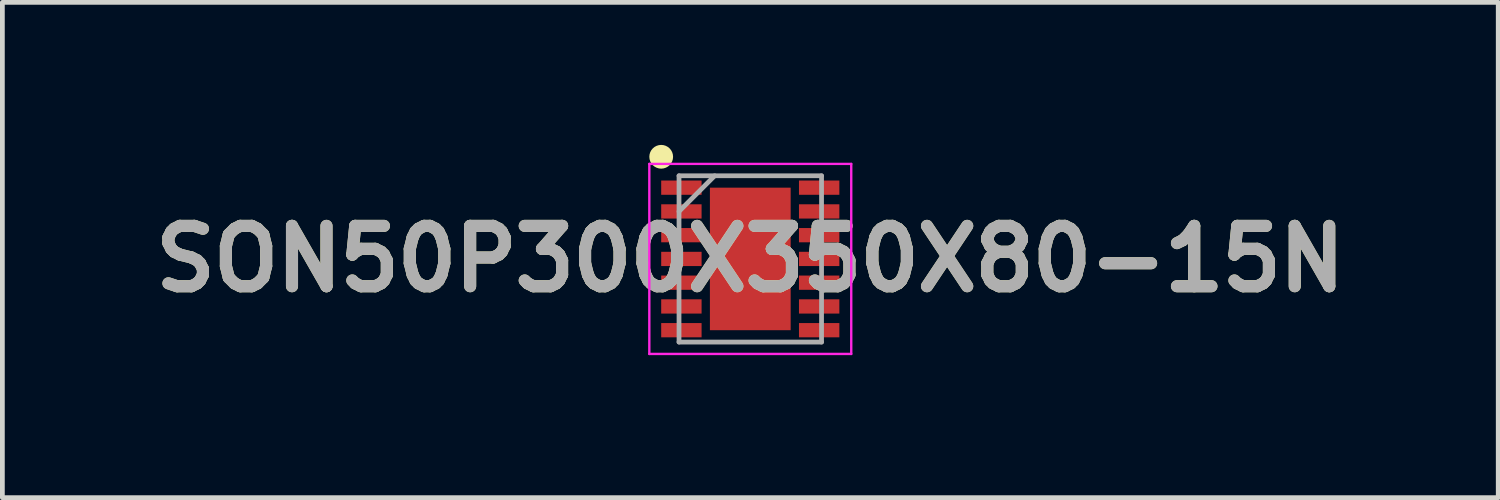
<source format=kicad_pcb>
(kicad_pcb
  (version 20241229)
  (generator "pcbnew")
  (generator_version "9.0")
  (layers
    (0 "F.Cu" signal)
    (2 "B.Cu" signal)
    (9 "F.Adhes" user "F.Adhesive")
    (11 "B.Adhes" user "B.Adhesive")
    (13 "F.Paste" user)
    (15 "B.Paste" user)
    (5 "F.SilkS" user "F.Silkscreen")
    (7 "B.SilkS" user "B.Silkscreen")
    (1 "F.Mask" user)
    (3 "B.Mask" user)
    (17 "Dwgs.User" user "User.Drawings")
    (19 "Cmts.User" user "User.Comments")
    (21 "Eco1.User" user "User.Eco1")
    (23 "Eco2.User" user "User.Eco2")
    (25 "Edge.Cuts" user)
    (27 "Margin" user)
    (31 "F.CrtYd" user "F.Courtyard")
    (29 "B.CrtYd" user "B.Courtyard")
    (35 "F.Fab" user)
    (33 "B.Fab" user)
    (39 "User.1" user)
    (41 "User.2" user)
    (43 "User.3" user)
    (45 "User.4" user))
  (footprint "SON50P300X350X80-15N"
    (layer "F.Cu")
    (at 12.742 2.4)
    (property "Reference" "SON50P300X350X80-15N" (at 0 0 0) (layer "F.SilkS") (effects (font (size 1.27 1.27) (thickness 0.254))))
    (attr smd)
    (fp_circle (center -1.875 -2.15) (end -1.875 -2.025) (stroke (width 0.25) (type solid)) (fill no) (layer "F.SilkS"))
    (fp_line (start -2.125 -2) (end 2.125 -2) (stroke (width 0.05) (type solid)) (layer "F.CrtYd"))
    (fp_line (start -2.125 2) (end -2.125 -2) (stroke (width 0.05) (type solid)) (layer "F.CrtYd"))
    (fp_line (start 2.125 -2) (end 2.125 2) (stroke (width 0.05) (type solid)) (layer "F.CrtYd"))
    (fp_line (start 2.125 2) (end -2.125 2) (stroke (width 0.05) (type solid)) (layer "F.CrtYd"))
    (fp_line (start -1.5 -1.75) (end 1.5 -1.75) (stroke (width 0.1) (type solid)) (layer "F.Fab"))
    (fp_line (start -1.5 -1) (end -0.75 -1.75) (stroke (width 0.1) (type solid)) (layer "F.Fab"))
    (fp_line (start -1.5 1.75) (end -1.5 -1.75) (stroke (width 0.1) (type solid)) (layer "F.Fab"))
    (fp_line (start 1.5 -1.75) (end 1.5 1.75) (stroke (width 0.1) (type solid)) (layer "F.Fab"))
    (fp_line (start 1.5 1.75) (end -1.5 1.75) (stroke (width 0.1) (type solid)) (layer "F.Fab"))
    (fp_text user "${REFERENCE}" (at 0 0 0) (layer "F.Fab") (effects (font (size 1.27 1.27) (thickness 0.254))))
    (pad "1" smd rect (at -1.45 -1.5 90) (size 0.3 0.85) (layers "F.Cu" "F.Mask" "F.Paste"))
    (pad "2" smd rect (at -1.45 -1 90) (size 0.3 0.85) (layers "F.Cu" "F.Mask" "F.Paste"))
    (pad "3" smd rect (at -1.45 -0.5 90) (size 0.3 0.85) (layers "F.Cu" "F.Mask" "F.Paste"))
    (pad "4" smd rect (at -1.45 0 90) (size 0.3 0.85) (layers "F.Cu" "F.Mask" "F.Paste"))
    (pad "5" smd rect (at -1.45 0.5 90) (size 0.3 0.85) (layers "F.Cu" "F.Mask" "F.Paste"))
    (pad "6" smd rect (at -1.45 1 90) (size 0.3 0.85) (layers "F.Cu" "F.Mask" "F.Paste"))
    (pad "7" smd rect (at -1.45 1.5 90) (size 0.3 0.85) (layers "F.Cu" "F.Mask" "F.Paste"))
    (pad "8" smd rect (at 1.45 1.5 90) (size 0.3 0.85) (layers "F.Cu" "F.Mask" "F.Paste"))
    (pad "9" smd rect (at 1.45 1 90) (size 0.3 0.85) (layers "F.Cu" "F.Mask" "F.Paste"))
    (pad "10" smd rect (at 1.45 0.5 90) (size 0.3 0.85) (layers "F.Cu" "F.Mask" "F.Paste"))
    (pad "11" smd rect (at 1.45 0 90) (size 0.3 0.85) (layers "F.Cu" "F.Mask" "F.Paste"))
    (pad "12" smd rect (at 1.45 -0.5 90) (size 0.3 0.85) (layers "F.Cu" "F.Mask" "F.Paste"))
    (pad "13" smd rect (at 1.45 -1 90) (size 0.3 0.85) (layers "F.Cu" "F.Mask" "F.Paste"))
    (pad "14" smd rect (at 1.45 -1.5 90) (size 0.3 0.85) (layers "F.Cu" "F.Mask" "F.Paste"))
    (pad "15" smd rect (at 0 0) (size 1.7 3) (layers "F.Cu" "F.Mask" "F.Paste")))
  (gr_rect
    (start -3 -3)
    (end 28.485 7.425)
    (stroke (width 0.1) (type default))
    (fill no)
    (layer "Edge.Cuts")))
</source>
